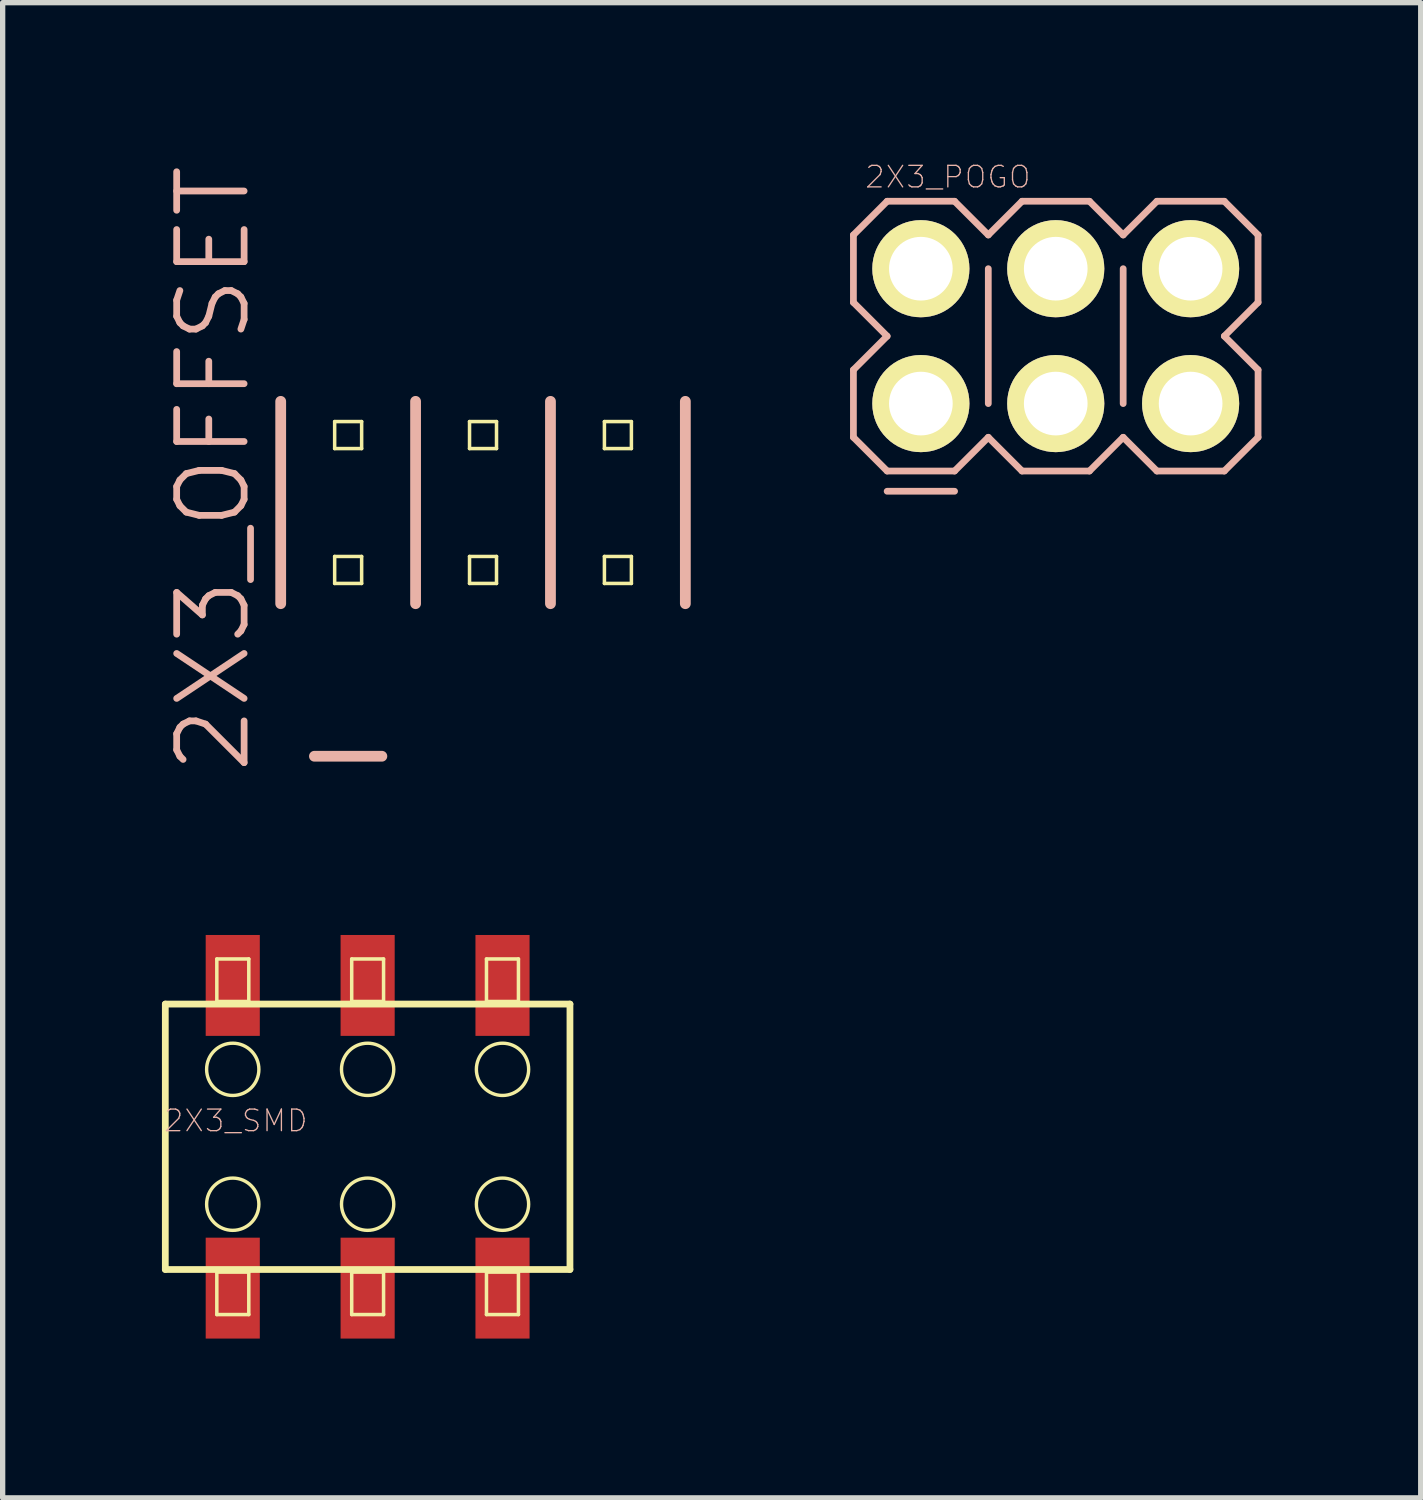
<source format=kicad_pcb>
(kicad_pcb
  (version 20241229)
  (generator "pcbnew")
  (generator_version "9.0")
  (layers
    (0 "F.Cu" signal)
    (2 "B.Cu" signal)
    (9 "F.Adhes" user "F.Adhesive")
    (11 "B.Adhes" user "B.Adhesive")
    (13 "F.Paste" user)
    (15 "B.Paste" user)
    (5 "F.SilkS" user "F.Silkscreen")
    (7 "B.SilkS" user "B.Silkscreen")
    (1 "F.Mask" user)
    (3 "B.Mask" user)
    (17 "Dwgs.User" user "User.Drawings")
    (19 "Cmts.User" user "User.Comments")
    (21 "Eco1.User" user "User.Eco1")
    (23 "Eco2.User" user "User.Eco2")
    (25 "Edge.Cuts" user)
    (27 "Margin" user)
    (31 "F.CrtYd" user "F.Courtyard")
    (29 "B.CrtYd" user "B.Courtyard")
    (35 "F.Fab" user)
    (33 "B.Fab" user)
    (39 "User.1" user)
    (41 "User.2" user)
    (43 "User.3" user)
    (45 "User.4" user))
  (footprint "2X3_POGO"
    (layer "F.Cu")
    (at 14.291 4.55)
    (property "Reference" "2X3_POGO" (at 0.508 -4.267 0) (layer "B.SilkS") (effects (font (size 0.406 0.406) (thickness 0.025))))
    (attr exclude_from_pos_files exclude_from_bom)
    (fp_line (start -1.27 -3.175) (end -0.635 -3.81) (stroke (width 0.127) (type solid)) (layer "B.SilkS"))
    (fp_line (start -1.27 -1.905) (end -1.27 -3.175) (stroke (width 0.127) (type solid)) (layer "B.SilkS"))
    (fp_line (start -1.27 -0.635) (end -0.635 -1.27) (stroke (width 0.127) (type solid)) (layer "B.SilkS"))
    (fp_line (start -1.27 0.635) (end -1.27 -0.635) (stroke (width 0.127) (type solid)) (layer "B.SilkS"))
    (fp_line (start -0.635 -3.81) (end 0.635 -3.81) (stroke (width 0.127) (type solid)) (layer "B.SilkS"))
    (fp_line (start -0.635 -1.27) (end -1.27 -1.905) (stroke (width 0.127) (type solid)) (layer "B.SilkS"))
    (fp_line (start -0.635 1.27) (end -1.27 0.635) (stroke (width 0.127) (type solid)) (layer "B.SilkS"))
    (fp_line (start -0.635 1.651) (end 0.635 1.651) (stroke (width 0.127) (type solid)) (layer "B.SilkS"))
    (fp_line (start 0.635 -3.81) (end 1.27 -3.175) (stroke (width 0.127) (type solid)) (layer "B.SilkS"))
    (fp_line (start 0.635 1.27) (end -0.635 1.27) (stroke (width 0.127) (type solid)) (layer "B.SilkS"))
    (fp_line (start 1.27 -3.175) (end 1.905 -3.81) (stroke (width 0.127) (type solid)) (layer "B.SilkS"))
    (fp_line (start 1.27 -2.54) (end 1.27 0) (stroke (width 0.127) (type solid)) (layer "B.SilkS"))
    (fp_line (start 1.27 0.635) (end 0.635 1.27) (stroke (width 0.127) (type solid)) (layer "B.SilkS"))
    (fp_line (start 1.905 -3.81) (end 3.175 -3.81) (stroke (width 0.127) (type solid)) (layer "B.SilkS"))
    (fp_line (start 1.905 1.27) (end 1.27 0.635) (stroke (width 0.127) (type solid)) (layer "B.SilkS"))
    (fp_line (start 3.175 -3.81) (end 3.81 -3.175) (stroke (width 0.127) (type solid)) (layer "B.SilkS"))
    (fp_line (start 3.175 1.27) (end 1.905 1.27) (stroke (width 0.127) (type solid)) (layer "B.SilkS"))
    (fp_line (start 3.81 -3.175) (end 4.445 -3.81) (stroke (width 0.127) (type solid)) (layer "B.SilkS"))
    (fp_line (start 3.81 -2.54) (end 3.81 0) (stroke (width 0.127) (type solid)) (layer "B.SilkS"))
    (fp_line (start 3.81 0.635) (end 3.175 1.27) (stroke (width 0.127) (type solid)) (layer "B.SilkS"))
    (fp_line (start 4.445 -3.81) (end 5.715 -3.81) (stroke (width 0.127) (type solid)) (layer "B.SilkS"))
    (fp_line (start 4.445 1.27) (end 3.81 0.635) (stroke (width 0.127) (type solid)) (layer "B.SilkS"))
    (fp_line (start 5.715 -3.81) (end 6.35 -3.175) (stroke (width 0.127) (type solid)) (layer "B.SilkS"))
    (fp_line (start 5.715 -1.27) (end 6.35 -0.635) (stroke (width 0.127) (type solid)) (layer "B.SilkS"))
    (fp_line (start 5.715 1.27) (end 4.445 1.27) (stroke (width 0.127) (type solid)) (layer "B.SilkS"))
    (fp_line (start 6.35 -3.175) (end 6.35 -1.905) (stroke (width 0.127) (type solid)) (layer "B.SilkS"))
    (fp_line (start 6.35 -1.905) (end 5.715 -1.27) (stroke (width 0.127) (type solid)) (layer "B.SilkS"))
    (fp_line (start 6.35 -0.635) (end 6.35 0.635) (stroke (width 0.127) (type solid)) (layer "B.SilkS"))
    (fp_line (start 6.35 0.635) (end 5.715 1.27) (stroke (width 0.127) (type solid)) (layer "B.SilkS"))
    (pad "P$1" thru_hole circle (at 0 0) (size 1.829 1.829) (drill 1.199) (layers "*.Cu" "F.Mask" "F.SilkS" "F.Paste"))
    (pad "P$2" thru_hole circle (at 0 -2.54) (size 1.829 1.829) (drill 1.199) (layers "*.Cu" "F.Mask" "F.SilkS" "F.Paste"))
    (pad "P$3" thru_hole circle (at 2.54 0) (size 1.829 1.829) (drill 1.199) (layers "*.Cu" "F.Mask" "F.SilkS" "F.Paste"))
    (pad "P$4" thru_hole circle (at 2.54 -2.54) (size 1.829 1.829) (drill 1.199) (layers "*.Cu" "F.Mask" "F.SilkS" "F.Paste"))
    (pad "P$5" thru_hole circle (at 5.08 0) (size 1.829 1.829) (drill 1.199) (layers "*.Cu" "F.Mask" "F.SilkS" "F.Paste"))
    (pad "P$6" thru_hole circle (at 5.08 -2.54) (size 1.829 1.829) (drill 1.199) (layers "*.Cu" "F.Mask" "F.SilkS" "F.Paste")))
  (footprint "2X3_SMD"
    (layer "F.Cu")
    (at 3.873 18.357)
    (property "Reference" "2X3_SMD" (at -2.484 -0.302 0) (layer "B.SilkS") (effects (font (size 0.406 0.406) (thickness 0.025))))
    (attr smd)
    (fp_line (start -3.81 -2.499) (end 3.81 -2.499) (stroke (width 0.127) (type solid)) (layer "F.SilkS"))
    (fp_line (start -3.81 2.499) (end -3.81 -2.499) (stroke (width 0.127) (type solid)) (layer "F.SilkS"))
    (fp_line (start -2.84 -3.348) (end -2.238 -3.348) (stroke (width 0.066) (type solid)) (layer "F.SilkS"))
    (fp_line (start -2.84 -2.548) (end -2.84 -3.348) (stroke (width 0.066) (type solid)) (layer "F.SilkS"))
    (fp_line (start -2.84 -2.548) (end -2.238 -2.548) (stroke (width 0.066) (type solid)) (layer "F.SilkS"))
    (fp_line (start -2.84 2.548) (end -2.238 2.548) (stroke (width 0.066) (type solid)) (layer "F.SilkS"))
    (fp_line (start -2.84 3.348) (end -2.84 2.548) (stroke (width 0.066) (type solid)) (layer "F.SilkS"))
    (fp_line (start -2.84 3.348) (end -2.238 3.348) (stroke (width 0.066) (type solid)) (layer "F.SilkS"))
    (fp_line (start -2.238 -2.548) (end -2.238 -3.348) (stroke (width 0.066) (type solid)) (layer "F.SilkS"))
    (fp_line (start -2.238 3.348) (end -2.238 2.548) (stroke (width 0.066) (type solid)) (layer "F.SilkS"))
    (fp_line (start -0.3 -3.348) (end 0.3 -3.348) (stroke (width 0.066) (type solid)) (layer "F.SilkS"))
    (fp_line (start -0.3 -2.548) (end -0.3 -3.348) (stroke (width 0.066) (type solid)) (layer "F.SilkS"))
    (fp_line (start -0.3 -2.548) (end 0.3 -2.548) (stroke (width 0.066) (type solid)) (layer "F.SilkS"))
    (fp_line (start -0.3 2.548) (end 0.3 2.548) (stroke (width 0.066) (type solid)) (layer "F.SilkS"))
    (fp_line (start -0.3 3.348) (end -0.3 2.548) (stroke (width 0.066) (type solid)) (layer "F.SilkS"))
    (fp_line (start -0.3 3.348) (end 0.3 3.348) (stroke (width 0.066) (type solid)) (layer "F.SilkS"))
    (fp_line (start 0.3 -2.548) (end 0.3 -3.348) (stroke (width 0.066) (type solid)) (layer "F.SilkS"))
    (fp_line (start 0.3 3.348) (end 0.3 2.548) (stroke (width 0.066) (type solid)) (layer "F.SilkS"))
    (fp_line (start 2.238 -3.348) (end 2.84 -3.348) (stroke (width 0.066) (type solid)) (layer "F.SilkS"))
    (fp_line (start 2.238 -2.548) (end 2.238 -3.348) (stroke (width 0.066) (type solid)) (layer "F.SilkS"))
    (fp_line (start 2.238 -2.548) (end 2.84 -2.548) (stroke (width 0.066) (type solid)) (layer "F.SilkS"))
    (fp_line (start 2.238 2.548) (end 2.84 2.548) (stroke (width 0.066) (type solid)) (layer "F.SilkS"))
    (fp_line (start 2.238 3.348) (end 2.238 2.548) (stroke (width 0.066) (type solid)) (layer "F.SilkS"))
    (fp_line (start 2.238 3.348) (end 2.84 3.348) (stroke (width 0.066) (type solid)) (layer "F.SilkS"))
    (fp_line (start 2.84 -2.548) (end 2.84 -3.348) (stroke (width 0.066) (type solid)) (layer "F.SilkS"))
    (fp_line (start 2.84 3.348) (end 2.84 2.548) (stroke (width 0.066) (type solid)) (layer "F.SilkS"))
    (fp_line (start 3.81 -2.499) (end 3.81 2.499) (stroke (width 0.127) (type solid)) (layer "F.SilkS"))
    (fp_line (start 3.81 2.499) (end -3.81 2.499) (stroke (width 0.127) (type solid)) (layer "F.SilkS"))
    (fp_circle (center -2.54 -1.27) (end -2.888 -1.618) (stroke (width 0.064) (type solid)) (fill no) (layer "F.SilkS"))
    (fp_circle (center -2.54 1.27) (end -2.888 1.618) (stroke (width 0.064) (type solid)) (fill no) (layer "F.SilkS"))
    (fp_circle (center 0 -1.27) (end -0.348 -1.618) (stroke (width 0.064) (type solid)) (fill no) (layer "F.SilkS"))
    (fp_circle (center 0 1.27) (end -0.348 1.618) (stroke (width 0.064) (type solid)) (fill no) (layer "F.SilkS"))
    (fp_circle (center 2.54 -1.27) (end 2.888 -1.618) (stroke (width 0.064) (type solid)) (fill no) (layer "F.SilkS"))
    (fp_circle (center 2.54 1.27) (end 2.888 1.618) (stroke (width 0.064) (type solid)) (fill no) (layer "F.SilkS"))
    (pad "1" smd rect (at -2.54 2.85) (size 1.019 1.9) (layers "F.Cu" "F.Mask" "F.Paste"))
    (pad "2" smd rect (at -2.54 -2.85) (size 1.019 1.9) (layers "F.Cu" "F.Mask" "F.Paste"))
    (pad "3" smd rect (at 0 2.85) (size 1.019 1.9) (layers "F.Cu" "F.Mask" "F.Paste"))
    (pad "4" smd rect (at 0 -2.85) (size 1.019 1.9) (layers "F.Cu" "F.Mask" "F.Paste"))
    (pad "5" smd rect (at 2.54 2.85) (size 1.019 1.9) (layers "F.Cu" "F.Mask" "F.Paste"))
    (pad "6" smd rect (at 2.54 -2.85) (size 1.019 1.9) (layers "F.Cu" "F.Mask" "F.Paste")))
  (footprint "2X3_OFFSET"
    (layer "F.Cu")
    (at 6.046 6.413)
    (property "Reference" "2X3_OFFSET" (at -5.08 -0.635 90) (layer "B.SilkS") (effects (font (size 1.27 1.27) (thickness 0.127))))
    (attr exclude_from_pos_files exclude_from_bom)
    (fp_line (start -2.794 -1.524) (end -2.286 -1.524) (stroke (width 0.066) (type solid)) (layer "F.SilkS"))
    (fp_line (start -2.794 -1.016) (end -2.794 -1.524) (stroke (width 0.066) (type solid)) (layer "F.SilkS"))
    (fp_line (start -2.794 -1.016) (end -2.286 -1.016) (stroke (width 0.066) (type solid)) (layer "F.SilkS"))
    (fp_line (start -2.794 1.016) (end -2.286 1.016) (stroke (width 0.066) (type solid)) (layer "F.SilkS"))
    (fp_line (start -2.794 1.524) (end -2.794 1.016) (stroke (width 0.066) (type solid)) (layer "F.SilkS"))
    (fp_line (start -2.794 1.524) (end -2.286 1.524) (stroke (width 0.066) (type solid)) (layer "F.SilkS"))
    (fp_line (start -2.286 -1.016) (end -2.286 -1.524) (stroke (width 0.066) (type solid)) (layer "F.SilkS"))
    (fp_line (start -2.286 1.524) (end -2.286 1.016) (stroke (width 0.066) (type solid)) (layer "F.SilkS"))
    (fp_line (start -0.254 -1.524) (end 0.254 -1.524) (stroke (width 0.066) (type solid)) (layer "F.SilkS"))
    (fp_line (start -0.254 -1.016) (end -0.254 -1.524) (stroke (width 0.066) (type solid)) (layer "F.SilkS"))
    (fp_line (start -0.254 -1.016) (end 0.254 -1.016) (stroke (width 0.066) (type solid)) (layer "F.SilkS"))
    (fp_line (start -0.254 1.016) (end 0.254 1.016) (stroke (width 0.066) (type solid)) (layer "F.SilkS"))
    (fp_line (start -0.254 1.524) (end -0.254 1.016) (stroke (width 0.066) (type solid)) (layer "F.SilkS"))
    (fp_line (start -0.254 1.524) (end 0.254 1.524) (stroke (width 0.066) (type solid)) (layer "F.SilkS"))
    (fp_line (start 0.254 -1.016) (end 0.254 -1.524) (stroke (width 0.066) (type solid)) (layer "F.SilkS"))
    (fp_line (start 0.254 1.524) (end 0.254 1.016) (stroke (width 0.066) (type solid)) (layer "F.SilkS"))
    (fp_line (start 2.286 -1.524) (end 2.794 -1.524) (stroke (width 0.066) (type solid)) (layer "F.SilkS"))
    (fp_line (start 2.286 -1.016) (end 2.286 -1.524) (stroke (width 0.066) (type solid)) (layer "F.SilkS"))
    (fp_line (start 2.286 -1.016) (end 2.794 -1.016) (stroke (width 0.066) (type solid)) (layer "F.SilkS"))
    (fp_line (start 2.286 1.016) (end 2.794 1.016) (stroke (width 0.066) (type solid)) (layer "F.SilkS"))
    (fp_line (start 2.286 1.524) (end 2.286 1.016) (stroke (width 0.066) (type solid)) (layer "F.SilkS"))
    (fp_line (start 2.286 1.524) (end 2.794 1.524) (stroke (width 0.066) (type solid)) (layer "F.SilkS"))
    (fp_line (start 2.794 -1.016) (end 2.794 -1.524) (stroke (width 0.066) (type solid)) (layer "F.SilkS"))
    (fp_line (start 2.794 1.524) (end 2.794 1.016) (stroke (width 0.066) (type solid)) (layer "F.SilkS"))
    (fp_line (start -3.81 1.905) (end -3.81 -1.905) (stroke (width 0.203) (type solid)) (layer "B.SilkS"))
    (fp_line (start -1.905 4.778) (end -3.175 4.778) (stroke (width 0.203) (type solid)) (layer "B.SilkS"))
    (fp_line (start -1.27 -1.905) (end -1.27 1.905) (stroke (width 0.203) (type solid)) (layer "B.SilkS"))
    (fp_line (start 1.27 -1.905) (end 1.27 1.905) (stroke (width 0.203) (type solid)) (layer "B.SilkS"))
    (fp_line (start 3.81 -1.905) (end 3.81 1.905) (stroke (width 0.203) (type solid)) (layer "B.SilkS"))
    (pad "1" thru_hole rect (at -2.54 1.27) (size 0.001 0.001) (drill 1.118) (layers "*.Cu" "F.Mask" "F.SilkS" "F.Paste"))
    (pad "2" thru_hole rect (at -2.54 -1.27) (size 0.001 0.001) (drill 1.118) (layers "*.Cu" "F.Mask" "F.SilkS" "F.Paste"))
    (pad "3" thru_hole rect (at 0 1.27) (size 0.001 0.001) (drill 1.118) (layers "*.Cu" "F.Mask" "F.SilkS" "F.Paste"))
    (pad "4" thru_hole rect (at 0 -1.27) (size 0.001 0.001) (drill 1.118) (layers "*.Cu" "F.Mask" "F.SilkS" "F.Paste"))
    (pad "5" thru_hole rect (at 2.54 1.27) (size 0.001 0.001) (drill 1.118) (layers "*.Cu" "F.Mask" "F.SilkS" "F.Paste"))
    (pad "6" thru_hole rect (at 2.54 -1.27) (size 0.001 0.001) (drill 1.118) (layers "*.Cu" "F.Mask" "F.SilkS" "F.Paste")))
  (gr_rect
    (start -3 -3)
    (end 23.704 25.157)
    (stroke (width 0.1) (type default))
    (fill no)
    (layer "Edge.Cuts")))
</source>
